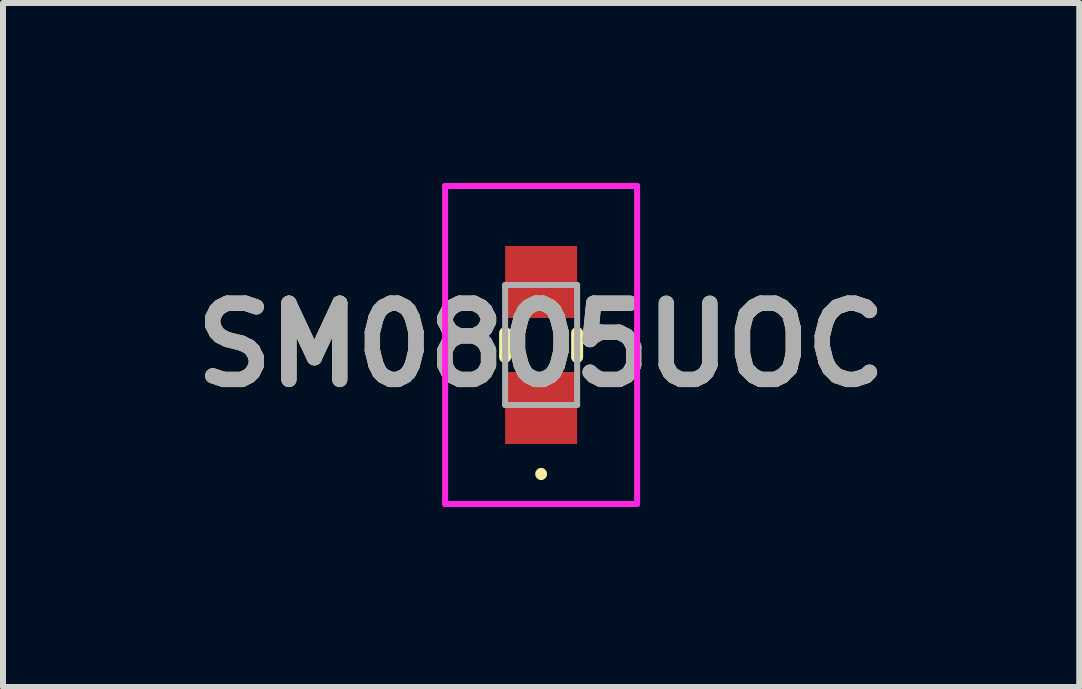
<source format=kicad_pcb>
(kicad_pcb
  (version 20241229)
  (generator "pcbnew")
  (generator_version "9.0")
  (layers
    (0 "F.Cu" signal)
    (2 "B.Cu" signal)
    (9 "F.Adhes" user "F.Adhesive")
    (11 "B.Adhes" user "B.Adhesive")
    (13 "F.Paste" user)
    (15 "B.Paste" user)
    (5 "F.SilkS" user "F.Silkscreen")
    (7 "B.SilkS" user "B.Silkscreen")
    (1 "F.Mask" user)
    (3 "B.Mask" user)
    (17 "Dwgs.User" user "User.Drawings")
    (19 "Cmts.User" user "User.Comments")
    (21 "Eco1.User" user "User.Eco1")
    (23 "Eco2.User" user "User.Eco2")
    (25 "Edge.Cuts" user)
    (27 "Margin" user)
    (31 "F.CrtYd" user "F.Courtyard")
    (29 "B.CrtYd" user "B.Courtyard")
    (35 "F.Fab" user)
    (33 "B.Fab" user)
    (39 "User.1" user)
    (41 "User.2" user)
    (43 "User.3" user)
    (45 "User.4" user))
  (footprint "SM0805UOC"
    (layer "F.Cu")
    (at 5.969 2.7)
    (property "Reference" "SM0805UOC" (at 0 0 0) (layer "F.SilkS") (effects (font (size 1.27 1.27) (thickness 0.254))))
    (attr smd)
    (fp_line (start -0.6 -0.2) (end -0.6 0.2) (stroke (width 0.2) (type solid)) (layer "F.SilkS"))
    (fp_line (start 0 2.1) (end 0 2.1) (stroke (width 0.1) (type solid)) (layer "F.SilkS"))
    (fp_line (start 0 2.2) (end 0 2.2) (stroke (width 0.1) (type solid)) (layer "F.SilkS"))
    (fp_line (start 0.6 -0.2) (end 0.6 0.2) (stroke (width 0.2) (type solid)) (layer "F.SilkS"))
    (fp_arc (start 0 2.1) (mid 0.05 2.15) (end 0 2.2) (stroke (width 0.1) (type solid)) (layer "F.SilkS"))
    (fp_arc (start 0 2.2) (mid -0.05 2.15) (end 0 2.1) (stroke (width 0.1) (type solid)) (layer "F.SilkS"))
    (fp_line (start -1.6 -2.65) (end 1.6 -2.65) (stroke (width 0.1) (type solid)) (layer "F.CrtYd"))
    (fp_line (start -1.6 2.65) (end -1.6 -2.65) (stroke (width 0.1) (type solid)) (layer "F.CrtYd"))
    (fp_line (start 1.6 -2.65) (end 1.6 2.65) (stroke (width 0.1) (type solid)) (layer "F.CrtYd"))
    (fp_line (start 1.6 2.65) (end -1.6 2.65) (stroke (width 0.1) (type solid)) (layer "F.CrtYd"))
    (fp_line (start -0.6 -1) (end 0.6 -1) (stroke (width 0.1) (type solid)) (layer "F.Fab"))
    (fp_line (start -0.6 1) (end -0.6 -1) (stroke (width 0.1) (type solid)) (layer "F.Fab"))
    (fp_line (start 0.6 -1) (end 0.6 1) (stroke (width 0.1) (type solid)) (layer "F.Fab"))
    (fp_line (start 0.6 1) (end -0.6 1) (stroke (width 0.1) (type solid)) (layer "F.Fab"))
    (fp_text user "${REFERENCE}" (at 0 0 0) (layer "F.Fab") (effects (font (size 1.27 1.27) (thickness 0.254))))
    (pad "1" smd rect (at 0 1.05 90) (size 1.2 1.2) (layers "F.Cu" "F.Mask" "F.Paste"))
    (pad "2" smd rect (at 0 -1.05 90) (size 1.2 1.2) (layers "F.Cu" "F.Mask" "F.Paste")))
  (gr_rect
    (start -3 -3)
    (end 14.938 8.4)
    (stroke (width 0.1) (type default))
    (fill no)
    (layer "Edge.Cuts")))
</source>
